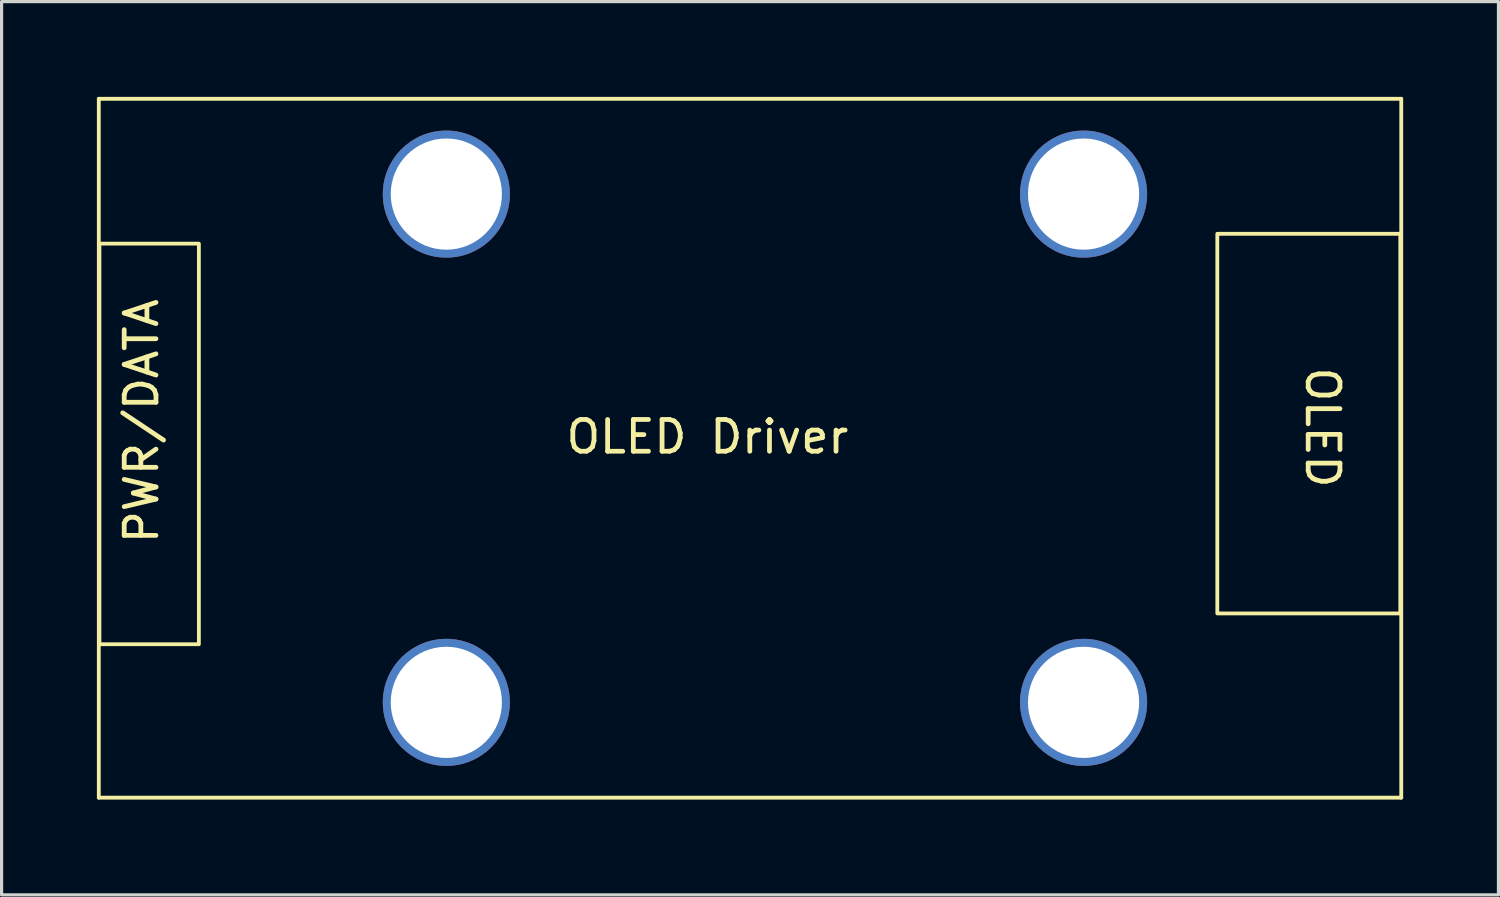
<source format=kicad_pcb>
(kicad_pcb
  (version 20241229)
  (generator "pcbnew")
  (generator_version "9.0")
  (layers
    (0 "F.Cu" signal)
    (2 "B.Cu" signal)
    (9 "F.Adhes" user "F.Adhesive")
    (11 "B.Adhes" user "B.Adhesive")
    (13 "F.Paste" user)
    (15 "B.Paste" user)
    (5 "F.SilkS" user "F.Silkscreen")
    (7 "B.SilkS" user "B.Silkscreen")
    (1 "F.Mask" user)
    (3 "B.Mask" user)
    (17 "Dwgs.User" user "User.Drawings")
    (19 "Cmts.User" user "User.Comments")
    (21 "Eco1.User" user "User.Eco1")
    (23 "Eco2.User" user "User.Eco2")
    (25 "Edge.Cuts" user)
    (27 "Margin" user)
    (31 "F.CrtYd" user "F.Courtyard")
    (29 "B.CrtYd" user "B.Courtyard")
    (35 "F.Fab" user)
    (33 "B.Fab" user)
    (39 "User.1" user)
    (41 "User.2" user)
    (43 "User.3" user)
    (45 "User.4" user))
  (footprint "OLED Driver"
    (layer "F.Cu")
    (at 10.35 9.13)
    (property "Reference" "OLED Driver" (at 8.87 1.57 0) (unlocked yes) (layer "F.SilkS") (effects (font (size 1 1) (thickness 0.15))))
    (attr through_hole)
    (fp_line (start -10.29 -9.07) (end -10.29 12.93) (stroke (width 0.12) (type default)) (layer "F.SilkS"))
    (fp_line (start -10.29 -9.07) (end 30.71 -9.07) (stroke (width 0.12) (type default)) (layer "F.SilkS"))
    (fp_line (start -10.29 12.93) (end 30.71 12.93) (stroke (width 0.12) (type default)) (layer "F.SilkS"))
    (fp_line (start 30.71 -9.07) (end 30.71 12.93) (stroke (width 0.12) (type default)) (layer "F.SilkS"))
    (fp_rect (start -10.27 -4.51) (end -7.14 8.1) (stroke (width 0.12) (type default)) (fill no) (layer "F.SilkS"))
    (fp_rect (start 24.92 -4.82) (end 30.68 7.13) (stroke (width 0.12) (type default)) (fill no) (layer "F.SilkS"))
    (fp_text user "OLED" (at 27.65 -0.7 270) (unlocked yes) (layer "F.SilkS") (effects (font (size 1 1) (thickness 0.15)) (justify left bottom)))
    (fp_text user "PWR/DATA" (at -8.36 5.01 90) (unlocked yes) (layer "F.SilkS") (effects (font (size 1 1) (thickness 0.15)) (justify left bottom)))
    (pad "" np_thru_hole circle (at 0.65 -6.07) (size 4 4) (drill 3.5) (layers "*.Cu" "*.Mask"))
    (pad "" np_thru_hole circle (at 0.65 9.93) (size 4 4) (drill 3.5) (layers "*.Cu" "*.Mask"))
    (pad "" np_thru_hole circle (at 20.71 -6.07) (size 4 4) (drill 3.5) (layers "*.Cu" "*.Mask"))
    (pad "" np_thru_hole circle (at 20.71 9.93) (size 4 4) (drill 3.5) (layers "*.Cu" "*.Mask")))
  (gr_rect
    (start -3 -3)
    (end 44.12 25.12)
    (stroke (width 0.1) (type default))
    (fill no)
    (layer "Edge.Cuts")))
</source>
